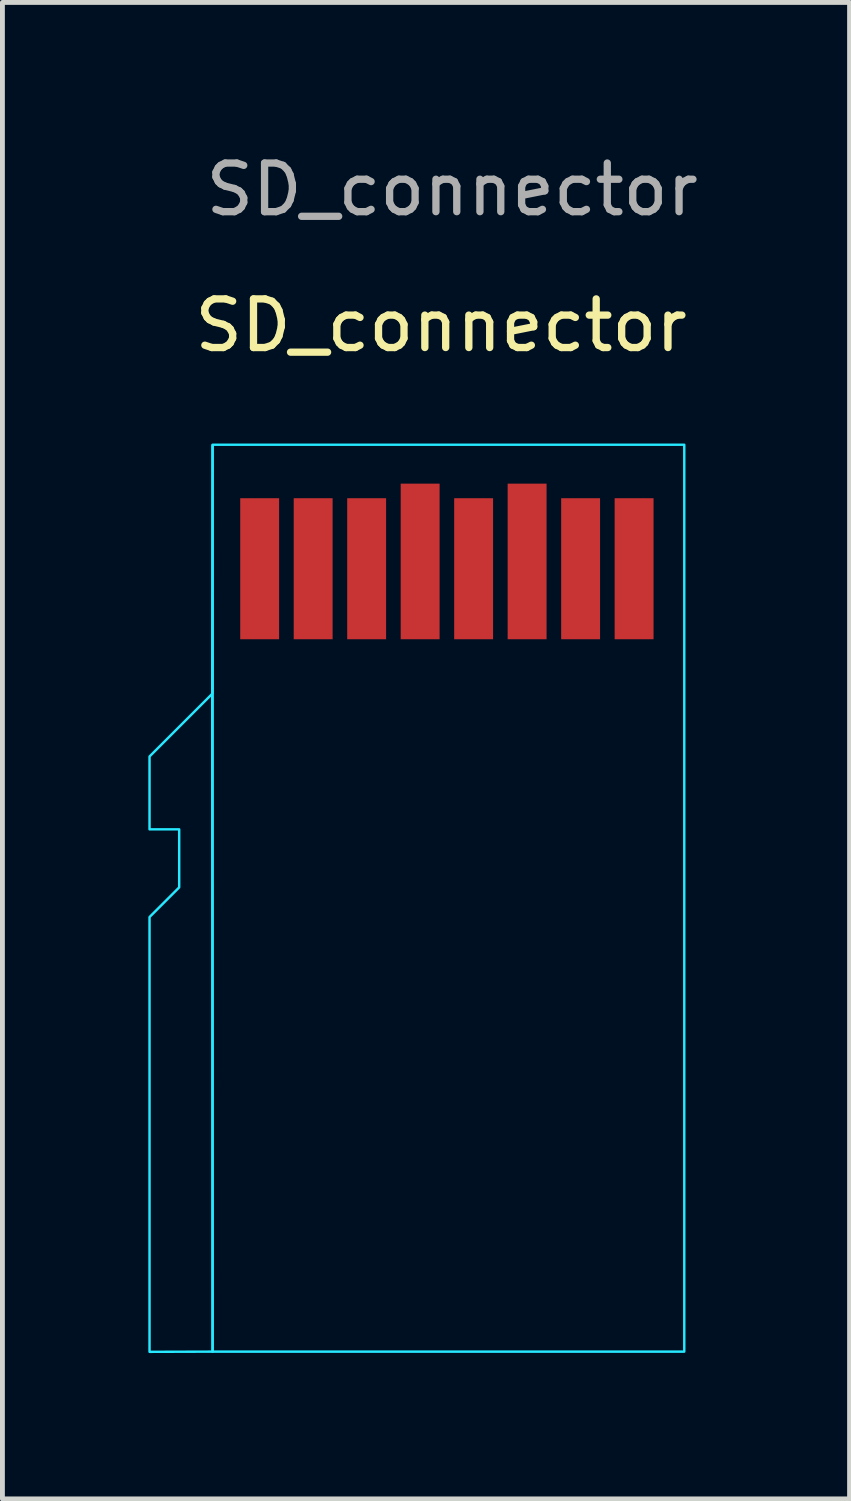
<source format=kicad_pcb>
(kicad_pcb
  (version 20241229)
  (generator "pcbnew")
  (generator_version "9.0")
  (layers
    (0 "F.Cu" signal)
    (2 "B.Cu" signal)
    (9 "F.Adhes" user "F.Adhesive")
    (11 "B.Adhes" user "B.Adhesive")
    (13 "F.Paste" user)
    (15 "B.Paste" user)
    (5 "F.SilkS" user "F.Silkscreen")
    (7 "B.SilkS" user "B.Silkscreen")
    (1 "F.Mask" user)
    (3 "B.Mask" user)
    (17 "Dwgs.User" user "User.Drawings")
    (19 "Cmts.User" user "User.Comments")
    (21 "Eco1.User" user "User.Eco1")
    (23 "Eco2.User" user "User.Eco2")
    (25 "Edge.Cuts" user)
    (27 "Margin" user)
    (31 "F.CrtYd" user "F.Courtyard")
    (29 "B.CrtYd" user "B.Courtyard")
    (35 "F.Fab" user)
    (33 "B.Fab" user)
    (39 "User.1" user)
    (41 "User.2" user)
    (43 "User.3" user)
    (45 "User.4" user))
  (footprint "SD_connector"
    (layer "F.Cu")
    (at 8.89 8.646)
    (property "Reference" "SD_connector" (at -2.87 -5.004 0) (unlocked yes) (layer "F.SilkS") (effects (font (size 1 1) (thickness 0.15))))
    (fp_rect (start -7.568 -2.55) (end 2.132 16.1) (stroke (width 0.05) (type solid)) (fill no) (layer "B.CrtYd"))
    (fp_poly (pts (xy -7.569 2.565) (xy -7.576 2.572) (xy -7.568 16.1) (xy -8.865 16.104) (xy -8.865 7.163) (xy -8.255 6.553) (xy -8.255 5.359) (xy -8.865 5.359) (xy -8.865 3.861) (xy -7.576 2.572) (xy -7.569 -2.54)) (stroke (width 0.05) (type solid)) (fill no) (layer "B.CrtYd"))
    (fp_text user "${REFERENCE}" (at -2.642 -7.798 0) (unlocked yes) (layer "F.Fab") (effects (font (size 1 1) (thickness 0.15))))
    (pad "1" connect rect (at -6.6 0) (size 0.8 2.9) (layers "F.Cu" "F.Mask"))
    (pad "2" connect rect (at -5.5 0) (size 0.8 2.9) (layers "F.Cu" "F.Mask"))
    (pad "3" connect rect (at -4.4 0) (size 0.8 2.9) (layers "F.Cu" "F.Mask"))
    (pad "4" connect rect (at -3.3 -0.15) (size 0.8 3.2) (layers "F.Cu" "F.Mask"))
    (pad "5" connect rect (at -2.2 0) (size 0.8 2.9) (layers "F.Cu" "F.Mask"))
    (pad "6" connect rect (at -1.1 -0.15) (size 0.8 3.2) (layers "F.Cu" "F.Mask"))
    (pad "7" connect rect (at 0 0) (size 0.8 2.9) (layers "F.Cu" "F.Mask"))
    (pad "8" connect rect (at 1.1 0) (size 0.8 2.9) (layers "F.Cu" "F.Mask")))
  (gr_rect
    (start -3 -3)
    (end 14.421 27.775)
    (stroke (width 0.1) (type default))
    (fill no)
    (layer "Edge.Cuts")))
</source>
